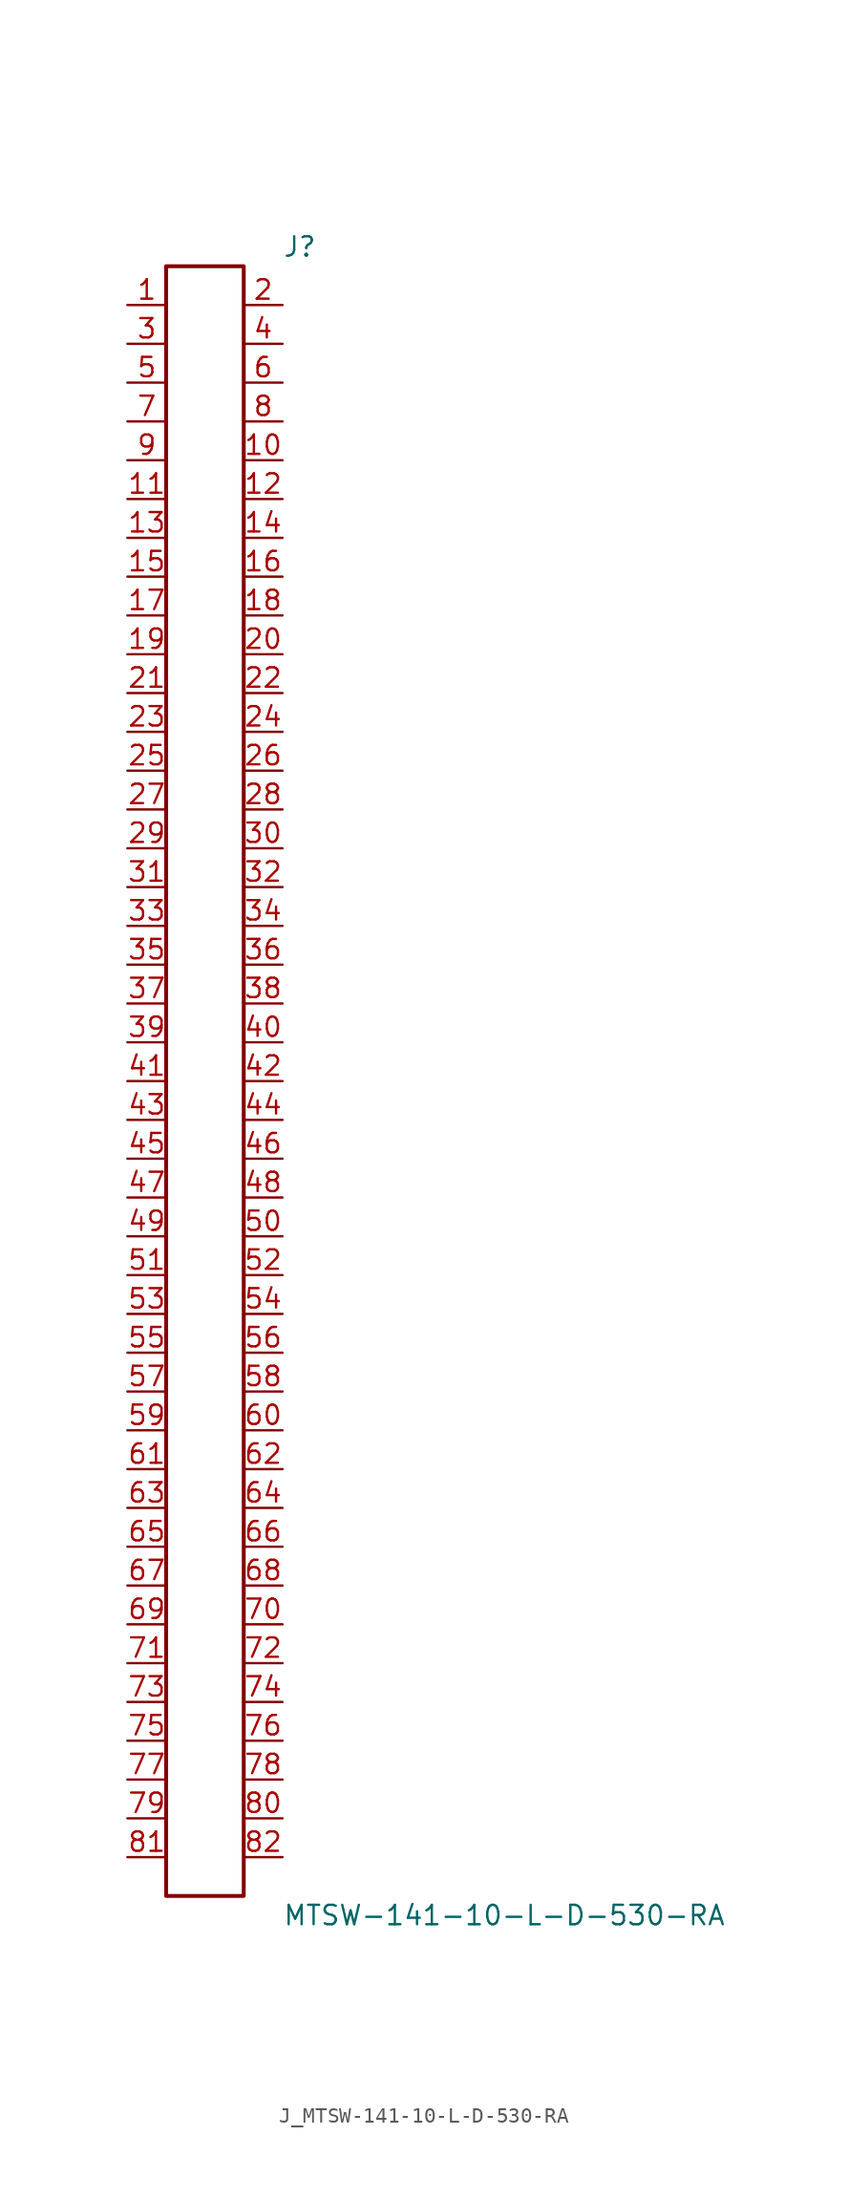
<source format=kicad_sym>
(kicad_symbol_lib
  (version 20231120)
  (generator kicad_symbol_editor)
  (generator_version 8.0)
  (symbol "J_MTSW-141-10-L-D-530-RA"
    (pin_names
      (offset 0.254))
    (property "Reference" "J"
      (at 5.08 54.61 0)
      (effects (font (size 1.27 1.27)) (justify left)))
    (property "Value" "MTSW-141-10-L-D-530-RA"
      (at 5.08 -54.61 0)
      (effects (font (size 1.27 1.27)) (justify left)))
    (symbol "J_MTSW-141-10-L-D-530-RA_0_0"
      (pin passive line (at -5.08 50.8 0) (length 2.54) (name "" (effects (font (size 1.27 1.27)))) (number "1" (effects (font (size 1.27 1.27)))))
      (pin passive line (at 5.08 50.8 180) (length 2.54) (name "" (effects (font (size 1.27 1.27)))) (number "2" (effects (font (size 1.27 1.27)))))
      (pin passive line (at -5.08 48.26 0) (length 2.54) (name "" (effects (font (size 1.27 1.27)))) (number "3" (effects (font (size 1.27 1.27)))))
      (pin passive line (at 5.08 48.26 180) (length 2.54) (name "" (effects (font (size 1.27 1.27)))) (number "4" (effects (font (size 1.27 1.27)))))
      (pin passive line (at -5.08 45.72 0) (length 2.54) (name "" (effects (font (size 1.27 1.27)))) (number "5" (effects (font (size 1.27 1.27)))))
      (pin passive line (at 5.08 45.72 180) (length 2.54) (name "" (effects (font (size 1.27 1.27)))) (number "6" (effects (font (size 1.27 1.27)))))
      (pin passive line (at -5.08 43.18 0) (length 2.54) (name "" (effects (font (size 1.27 1.27)))) (number "7" (effects (font (size 1.27 1.27)))))
      (pin passive line (at 5.08 43.18 180) (length 2.54) (name "" (effects (font (size 1.27 1.27)))) (number "8" (effects (font (size 1.27 1.27)))))
      (pin passive line (at -5.08 40.64 0) (length 2.54) (name "" (effects (font (size 1.27 1.27)))) (number "9" (effects (font (size 1.27 1.27)))))
      (pin passive line (at 5.08 40.64 180) (length 2.54) (name "" (effects (font (size 1.27 1.27)))) (number "10" (effects (font (size 1.27 1.27)))))
      (pin passive line (at -5.08 38.1 0) (length 2.54) (name "" (effects (font (size 1.27 1.27)))) (number "11" (effects (font (size 1.27 1.27)))))
      (pin passive line (at 5.08 38.1 180) (length 2.54) (name "" (effects (font (size 1.27 1.27)))) (number "12" (effects (font (size 1.27 1.27)))))
      (pin passive line (at -5.08 35.56 0) (length 2.54) (name "" (effects (font (size 1.27 1.27)))) (number "13" (effects (font (size 1.27 1.27)))))
      (pin passive line (at 5.08 35.56 180) (length 2.54) (name "" (effects (font (size 1.27 1.27)))) (number "14" (effects (font (size 1.27 1.27)))))
      (pin passive line (at -5.08 33.02 0) (length 2.54) (name "" (effects (font (size 1.27 1.27)))) (number "15" (effects (font (size 1.27 1.27)))))
      (pin passive line (at 5.08 33.02 180) (length 2.54) (name "" (effects (font (size 1.27 1.27)))) (number "16" (effects (font (size 1.27 1.27)))))
      (pin passive line (at -5.08 30.48 0) (length 2.54) (name "" (effects (font (size 1.27 1.27)))) (number "17" (effects (font (size 1.27 1.27)))))
      (pin passive line (at 5.08 30.48 180) (length 2.54) (name "" (effects (font (size 1.27 1.27)))) (number "18" (effects (font (size 1.27 1.27)))))
      (pin passive line (at -5.08 27.94 0) (length 2.54) (name "" (effects (font (size 1.27 1.27)))) (number "19" (effects (font (size 1.27 1.27)))))
      (pin passive line (at 5.08 27.94 180) (length 2.54) (name "" (effects (font (size 1.27 1.27)))) (number "20" (effects (font (size 1.27 1.27)))))
      (pin passive line (at -5.08 25.4 0) (length 2.54) (name "" (effects (font (size 1.27 1.27)))) (number "21" (effects (font (size 1.27 1.27)))))
      (pin passive line (at 5.08 25.4 180) (length 2.54) (name "" (effects (font (size 1.27 1.27)))) (number "22" (effects (font (size 1.27 1.27)))))
      (pin passive line (at -5.08 22.86 0) (length 2.54) (name "" (effects (font (size 1.27 1.27)))) (number "23" (effects (font (size 1.27 1.27)))))
      (pin passive line (at 5.08 22.86 180) (length 2.54) (name "" (effects (font (size 1.27 1.27)))) (number "24" (effects (font (size 1.27 1.27)))))
      (pin passive line (at -5.08 20.32 0) (length 2.54) (name "" (effects (font (size 1.27 1.27)))) (number "25" (effects (font (size 1.27 1.27)))))
      (pin passive line (at 5.08 20.32 180) (length 2.54) (name "" (effects (font (size 1.27 1.27)))) (number "26" (effects (font (size 1.27 1.27)))))
      (pin passive line (at -5.08 17.78 0) (length 2.54) (name "" (effects (font (size 1.27 1.27)))) (number "27" (effects (font (size 1.27 1.27)))))
      (pin passive line (at 5.08 17.78 180) (length 2.54) (name "" (effects (font (size 1.27 1.27)))) (number "28" (effects (font (size 1.27 1.27)))))
      (pin passive line (at -5.08 15.24 0) (length 2.54) (name "" (effects (font (size 1.27 1.27)))) (number "29" (effects (font (size 1.27 1.27)))))
      (pin passive line (at 5.08 15.24 180) (length 2.54) (name "" (effects (font (size 1.27 1.27)))) (number "30" (effects (font (size 1.27 1.27)))))
      (pin passive line (at -5.08 12.7 0) (length 2.54) (name "" (effects (font (size 1.27 1.27)))) (number "31" (effects (font (size 1.27 1.27)))))
      (pin passive line (at 5.08 12.7 180) (length 2.54) (name "" (effects (font (size 1.27 1.27)))) (number "32" (effects (font (size 1.27 1.27)))))
      (pin passive line (at -5.08 10.16 0) (length 2.54) (name "" (effects (font (size 1.27 1.27)))) (number "33" (effects (font (size 1.27 1.27)))))
      (pin passive line (at 5.08 10.16 180) (length 2.54) (name "" (effects (font (size 1.27 1.27)))) (number "34" (effects (font (size 1.27 1.27)))))
      (pin passive line (at -5.08 7.62 0) (length 2.54) (name "" (effects (font (size 1.27 1.27)))) (number "35" (effects (font (size 1.27 1.27)))))
      (pin passive line (at 5.08 7.62 180) (length 2.54) (name "" (effects (font (size 1.27 1.27)))) (number "36" (effects (font (size 1.27 1.27)))))
      (pin passive line (at -5.08 5.08 0) (length 2.54) (name "" (effects (font (size 1.27 1.27)))) (number "37" (effects (font (size 1.27 1.27)))))
      (pin passive line (at 5.08 5.08 180) (length 2.54) (name "" (effects (font (size 1.27 1.27)))) (number "38" (effects (font (size 1.27 1.27)))))
      (pin passive line (at -5.08 2.54 0) (length 2.54) (name "" (effects (font (size 1.27 1.27)))) (number "39" (effects (font (size 1.27 1.27)))))
      (pin passive line (at 5.08 2.54 180) (length 2.54) (name "" (effects (font (size 1.27 1.27)))) (number "40" (effects (font (size 1.27 1.27)))))
      (pin passive line (at -5.08 0.0 0) (length 2.54) (name "" (effects (font (size 1.27 1.27)))) (number "41" (effects (font (size 1.27 1.27)))))
      (pin passive line (at 5.08 0.0 180) (length 2.54) (name "" (effects (font (size 1.27 1.27)))) (number "42" (effects (font (size 1.27 1.27)))))
      (pin passive line (at -5.08 -2.54 0) (length 2.54) (name "" (effects (font (size 1.27 1.27)))) (number "43" (effects (font (size 1.27 1.27)))))
      (pin passive line (at 5.08 -2.54 180) (length 2.54) (name "" (effects (font (size 1.27 1.27)))) (number "44" (effects (font (size 1.27 1.27)))))
      (pin passive line (at -5.08 -5.08 0) (length 2.54) (name "" (effects (font (size 1.27 1.27)))) (number "45" (effects (font (size 1.27 1.27)))))
      (pin passive line (at 5.08 -5.08 180) (length 2.54) (name "" (effects (font (size 1.27 1.27)))) (number "46" (effects (font (size 1.27 1.27)))))
      (pin passive line (at -5.08 -7.62 0) (length 2.54) (name "" (effects (font (size 1.27 1.27)))) (number "47" (effects (font (size 1.27 1.27)))))
      (pin passive line (at 5.08 -7.62 180) (length 2.54) (name "" (effects (font (size 1.27 1.27)))) (number "48" (effects (font (size 1.27 1.27)))))
      (pin passive line (at -5.08 -10.16 0) (length 2.54) (name "" (effects (font (size 1.27 1.27)))) (number "49" (effects (font (size 1.27 1.27)))))
      (pin passive line (at 5.08 -10.16 180) (length 2.54) (name "" (effects (font (size 1.27 1.27)))) (number "50" (effects (font (size 1.27 1.27)))))
      (pin passive line (at -5.08 -12.7 0) (length 2.54) (name "" (effects (font (size 1.27 1.27)))) (number "51" (effects (font (size 1.27 1.27)))))
      (pin passive line (at 5.08 -12.7 180) (length 2.54) (name "" (effects (font (size 1.27 1.27)))) (number "52" (effects (font (size 1.27 1.27)))))
      (pin passive line (at -5.08 -15.24 0) (length 2.54) (name "" (effects (font (size 1.27 1.27)))) (number "53" (effects (font (size 1.27 1.27)))))
      (pin passive line (at 5.08 -15.24 180) (length 2.54) (name "" (effects (font (size 1.27 1.27)))) (number "54" (effects (font (size 1.27 1.27)))))
      (pin passive line (at -5.08 -17.78 0) (length 2.54) (name "" (effects (font (size 1.27 1.27)))) (number "55" (effects (font (size 1.27 1.27)))))
      (pin passive line (at 5.08 -17.78 180) (length 2.54) (name "" (effects (font (size 1.27 1.27)))) (number "56" (effects (font (size 1.27 1.27)))))
      (pin passive line (at -5.08 -20.32 0) (length 2.54) (name "" (effects (font (size 1.27 1.27)))) (number "57" (effects (font (size 1.27 1.27)))))
      (pin passive line (at 5.08 -20.32 180) (length 2.54) (name "" (effects (font (size 1.27 1.27)))) (number "58" (effects (font (size 1.27 1.27)))))
      (pin passive line (at -5.08 -22.86 0) (length 2.54) (name "" (effects (font (size 1.27 1.27)))) (number "59" (effects (font (size 1.27 1.27)))))
      (pin passive line (at 5.08 -22.86 180) (length 2.54) (name "" (effects (font (size 1.27 1.27)))) (number "60" (effects (font (size 1.27 1.27)))))
      (pin passive line (at -5.08 -25.4 0) (length 2.54) (name "" (effects (font (size 1.27 1.27)))) (number "61" (effects (font (size 1.27 1.27)))))
      (pin passive line (at 5.08 -25.4 180) (length 2.54) (name "" (effects (font (size 1.27 1.27)))) (number "62" (effects (font (size 1.27 1.27)))))
      (pin passive line (at -5.08 -27.94 0) (length 2.54) (name "" (effects (font (size 1.27 1.27)))) (number "63" (effects (font (size 1.27 1.27)))))
      (pin passive line (at 5.08 -27.94 180) (length 2.54) (name "" (effects (font (size 1.27 1.27)))) (number "64" (effects (font (size 1.27 1.27)))))
      (pin passive line (at -5.08 -30.48 0) (length 2.54) (name "" (effects (font (size 1.27 1.27)))) (number "65" (effects (font (size 1.27 1.27)))))
      (pin passive line (at 5.08 -30.48 180) (length 2.54) (name "" (effects (font (size 1.27 1.27)))) (number "66" (effects (font (size 1.27 1.27)))))
      (pin passive line (at -5.08 -33.02 0) (length 2.54) (name "" (effects (font (size 1.27 1.27)))) (number "67" (effects (font (size 1.27 1.27)))))
      (pin passive line (at 5.08 -33.02 180) (length 2.54) (name "" (effects (font (size 1.27 1.27)))) (number "68" (effects (font (size 1.27 1.27)))))
      (pin passive line (at -5.08 -35.56 0) (length 2.54) (name "" (effects (font (size 1.27 1.27)))) (number "69" (effects (font (size 1.27 1.27)))))
      (pin passive line (at 5.08 -35.56 180) (length 2.54) (name "" (effects (font (size 1.27 1.27)))) (number "70" (effects (font (size 1.27 1.27)))))
      (pin passive line (at -5.08 -38.1 0) (length 2.54) (name "" (effects (font (size 1.27 1.27)))) (number "71" (effects (font (size 1.27 1.27)))))
      (pin passive line (at 5.08 -38.1 180) (length 2.54) (name "" (effects (font (size 1.27 1.27)))) (number "72" (effects (font (size 1.27 1.27)))))
      (pin passive line (at -5.08 -40.64 0) (length 2.54) (name "" (effects (font (size 1.27 1.27)))) (number "73" (effects (font (size 1.27 1.27)))))
      (pin passive line (at 5.08 -40.64 180) (length 2.54) (name "" (effects (font (size 1.27 1.27)))) (number "74" (effects (font (size 1.27 1.27)))))
      (pin passive line (at -5.08 -43.18 0) (length 2.54) (name "" (effects (font (size 1.27 1.27)))) (number "75" (effects (font (size 1.27 1.27)))))
      (pin passive line (at 5.08 -43.18 180) (length 2.54) (name "" (effects (font (size 1.27 1.27)))) (number "76" (effects (font (size 1.27 1.27)))))
      (pin passive line (at -5.08 -45.72 0) (length 2.54) (name "" (effects (font (size 1.27 1.27)))) (number "77" (effects (font (size 1.27 1.27)))))
      (pin passive line (at 5.08 -45.72 180) (length 2.54) (name "" (effects (font (size 1.27 1.27)))) (number "78" (effects (font (size 1.27 1.27)))))
      (pin passive line (at -5.08 -48.26 0) (length 2.54) (name "" (effects (font (size 1.27 1.27)))) (number "79" (effects (font (size 1.27 1.27)))))
      (pin passive line (at 5.08 -48.26 180) (length 2.54) (name "" (effects (font (size 1.27 1.27)))) (number "80" (effects (font (size 1.27 1.27)))))
      (pin passive line (at -5.08 -50.8 0) (length 2.54) (name "" (effects (font (size 1.27 1.27)))) (number "81" (effects (font (size 1.27 1.27)))))
      (pin passive line (at 5.08 -50.8 180) (length 2.54) (name "" (effects (font (size 1.27 1.27)))) (number "82" (effects (font (size 1.27 1.27))))))
    (symbol "J_MTSW-141-10-L-D-530-RA_1_0"
      (rectangle (start -2.54 53.34) (end 2.54 -53.34) (stroke (width 0.254) (type solid)) (fill (type none))))))
</source>
